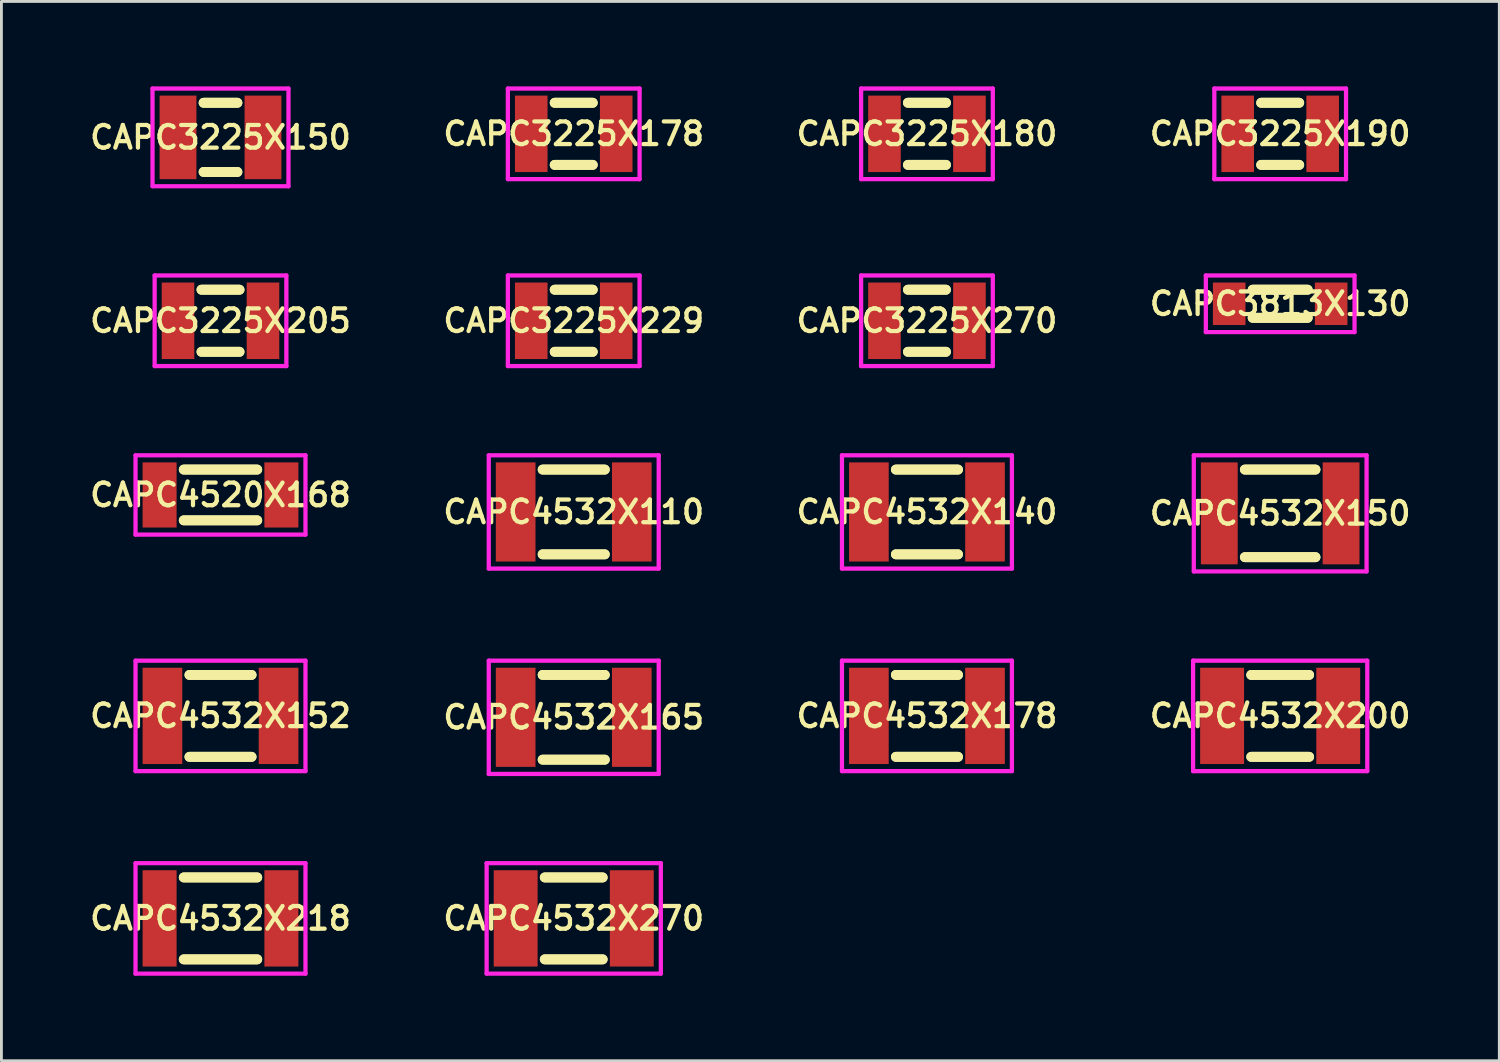
<source format=kicad_pcb>
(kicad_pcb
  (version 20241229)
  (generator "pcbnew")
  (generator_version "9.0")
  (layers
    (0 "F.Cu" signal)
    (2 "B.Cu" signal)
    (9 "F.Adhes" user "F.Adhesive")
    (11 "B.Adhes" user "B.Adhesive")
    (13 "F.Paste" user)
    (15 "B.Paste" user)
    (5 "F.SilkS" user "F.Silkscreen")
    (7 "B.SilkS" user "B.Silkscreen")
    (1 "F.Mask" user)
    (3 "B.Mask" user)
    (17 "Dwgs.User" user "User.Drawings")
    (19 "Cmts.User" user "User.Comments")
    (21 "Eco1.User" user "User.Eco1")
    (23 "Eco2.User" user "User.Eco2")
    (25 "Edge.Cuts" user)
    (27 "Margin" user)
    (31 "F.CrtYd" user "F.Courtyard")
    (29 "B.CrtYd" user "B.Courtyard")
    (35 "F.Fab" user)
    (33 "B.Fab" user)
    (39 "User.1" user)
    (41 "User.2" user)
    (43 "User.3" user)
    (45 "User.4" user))
  (footprint "CAPC4532X140"
    (layer "F.Cu")
    (at 29.677 15.025)
    (property "Reference" "CAPC4532X140" (at 0 0 0) (layer "F.SilkS") (effects (font (size 0.8 0.8) (thickness 0.15))))
    (attr smd)
    (fp_line (start -1.096 -1.496) (end 1.096 -1.496) (stroke (width 0.35) (type solid)) (layer "F.SilkS"))
    (fp_line (start -1.096 1.496) (end 1.096 1.496) (stroke (width 0.35) (type solid)) (layer "F.SilkS"))
    (fp_line (start 1.096 -1.496) (end -1.096 -1.496) (stroke (width 0.35) (type solid)) (layer "F.SilkS"))
    (fp_line (start 1.096 1.496) (end -1.096 1.496) (stroke (width 0.35) (type solid)) (layer "F.SilkS"))
    (fp_line (start -3 -2) (end 3 -2) (stroke (width 0.15) (type solid)) (layer "F.CrtYd"))
    (fp_line (start -3 2) (end -3 -2) (stroke (width 0.15) (type solid)) (layer "F.CrtYd"))
    (fp_line (start 3 -2) (end 3 2) (stroke (width 0.15) (type solid)) (layer "F.CrtYd"))
    (fp_line (start 3 2) (end -3 2) (stroke (width 0.15) (type solid)) (layer "F.CrtYd"))
    (pad "1" smd rect (at -2.05 0) (size 1.4 3.5) (layers "F.Cu" "F.Mask" "F.Paste"))
    (pad "2" smd rect (at 2.05 0) (size 1.4 3.5) (layers "F.Cu" "F.Mask" "F.Paste")))
  (footprint "CAPC4532X110"
    (layer "F.Cu")
    (at 17.206 15.025)
    (property "Reference" "CAPC4532X110" (at 0 0 0) (layer "F.SilkS") (effects (font (size 0.8 0.8) (thickness 0.15))))
    (attr smd)
    (fp_line (start -1.096 -1.496) (end 1.096 -1.496) (stroke (width 0.35) (type solid)) (layer "F.SilkS"))
    (fp_line (start -1.096 1.496) (end 1.096 1.496) (stroke (width 0.35) (type solid)) (layer "F.SilkS"))
    (fp_line (start 1.096 -1.496) (end -1.096 -1.496) (stroke (width 0.35) (type solid)) (layer "F.SilkS"))
    (fp_line (start 1.096 1.496) (end -1.096 1.496) (stroke (width 0.35) (type solid)) (layer "F.SilkS"))
    (fp_line (start -3 -2) (end 3 -2) (stroke (width 0.15) (type solid)) (layer "F.CrtYd"))
    (fp_line (start -3 2) (end -3 -2) (stroke (width 0.15) (type solid)) (layer "F.CrtYd"))
    (fp_line (start 3 -2) (end 3 2) (stroke (width 0.15) (type solid)) (layer "F.CrtYd"))
    (fp_line (start 3 2) (end -3 2) (stroke (width 0.15) (type solid)) (layer "F.CrtYd"))
    (pad "1" smd rect (at -2.05 0) (size 1.4 3.5) (layers "F.Cu" "F.Mask" "F.Paste"))
    (pad "2" smd rect (at 2.05 0) (size 1.4 3.5) (layers "F.Cu" "F.Mask" "F.Paste")))
  (footprint "CAPC3225X150"
    (layer "F.Cu")
    (at 4.735 1.8)
    (property "Reference" "CAPC3225X150" (at 0 0 0) (layer "F.SilkS") (effects (font (size 0.8 0.8) (thickness 0.15))))
    (attr smd)
    (fp_line (start -0.596 -1.221) (end 0.596 -1.221) (stroke (width 0.35) (type solid)) (layer "F.SilkS"))
    (fp_line (start -0.596 1.221) (end 0.596 1.221) (stroke (width 0.35) (type solid)) (layer "F.SilkS"))
    (fp_line (start 0.596 -1.221) (end -0.596 -1.221) (stroke (width 0.35) (type solid)) (layer "F.SilkS"))
    (fp_line (start 0.596 1.221) (end -0.596 1.221) (stroke (width 0.35) (type solid)) (layer "F.SilkS"))
    (fp_line (start -2.4 -1.725) (end 2.4 -1.725) (stroke (width 0.15) (type solid)) (layer "F.CrtYd"))
    (fp_line (start -2.4 1.725) (end -2.4 -1.725) (stroke (width 0.15) (type solid)) (layer "F.CrtYd"))
    (fp_line (start 2.4 -1.725) (end 2.4 1.725) (stroke (width 0.15) (type solid)) (layer "F.CrtYd"))
    (fp_line (start 2.4 1.725) (end -2.4 1.725) (stroke (width 0.15) (type solid)) (layer "F.CrtYd"))
    (pad "1" smd rect (at -1.5 0) (size 1.3 2.95) (layers "F.Cu" "F.Mask" "F.Paste"))
    (pad "2" smd rect (at 1.5 0) (size 1.3 2.95) (layers "F.Cu" "F.Mask" "F.Paste")))
  (footprint "CAPC3225X270"
    (layer "F.Cu")
    (at 29.677 8.275)
    (property "Reference" "CAPC3225X270" (at 0 0 0) (layer "F.SilkS") (effects (font (size 0.8 0.8) (thickness 0.15))))
    (attr smd)
    (fp_line (start -0.671 -1.096) (end 0.671 -1.096) (stroke (width 0.35) (type solid)) (layer "F.SilkS"))
    (fp_line (start -0.671 1.096) (end 0.671 1.096) (stroke (width 0.35) (type solid)) (layer "F.SilkS"))
    (fp_line (start 0.671 -1.096) (end -0.671 -1.096) (stroke (width 0.35) (type solid)) (layer "F.SilkS"))
    (fp_line (start 0.671 1.096) (end -0.671 1.096) (stroke (width 0.35) (type solid)) (layer "F.SilkS"))
    (fp_line (start -2.325 -1.6) (end 2.325 -1.6) (stroke (width 0.15) (type solid)) (layer "F.CrtYd"))
    (fp_line (start -2.325 1.6) (end -2.325 -1.6) (stroke (width 0.15) (type solid)) (layer "F.CrtYd"))
    (fp_line (start 2.325 -1.6) (end 2.325 1.6) (stroke (width 0.15) (type solid)) (layer "F.CrtYd"))
    (fp_line (start 2.325 1.6) (end -2.325 1.6) (stroke (width 0.15) (type solid)) (layer "F.CrtYd"))
    (pad "1" smd rect (at -1.5 0) (size 1.15 2.7) (layers "F.Cu" "F.Mask" "F.Paste"))
    (pad "2" smd rect (at 1.5 0) (size 1.15 2.7) (layers "F.Cu" "F.Mask" "F.Paste")))
  (footprint "CAPC3225X178"
    (layer "F.Cu")
    (at 17.206 1.675)
    (property "Reference" "CAPC3225X178" (at 0 0 0) (layer "F.SilkS") (effects (font (size 0.8 0.8) (thickness 0.15))))
    (attr smd)
    (fp_line (start -0.671 -1.096) (end 0.671 -1.096) (stroke (width 0.35) (type solid)) (layer "F.SilkS"))
    (fp_line (start -0.671 1.096) (end 0.671 1.096) (stroke (width 0.35) (type solid)) (layer "F.SilkS"))
    (fp_line (start 0.671 -1.096) (end -0.671 -1.096) (stroke (width 0.35) (type solid)) (layer "F.SilkS"))
    (fp_line (start 0.671 1.096) (end -0.671 1.096) (stroke (width 0.35) (type solid)) (layer "F.SilkS"))
    (fp_line (start -2.325 -1.6) (end 2.325 -1.6) (stroke (width 0.15) (type solid)) (layer "F.CrtYd"))
    (fp_line (start -2.325 1.6) (end -2.325 -1.6) (stroke (width 0.15) (type solid)) (layer "F.CrtYd"))
    (fp_line (start 2.325 -1.6) (end 2.325 1.6) (stroke (width 0.15) (type solid)) (layer "F.CrtYd"))
    (fp_line (start 2.325 1.6) (end -2.325 1.6) (stroke (width 0.15) (type solid)) (layer "F.CrtYd"))
    (pad "1" smd rect (at -1.5 0) (size 1.15 2.7) (layers "F.Cu" "F.Mask" "F.Paste"))
    (pad "2" smd rect (at 1.5 0) (size 1.15 2.7) (layers "F.Cu" "F.Mask" "F.Paste")))
  (footprint "CAPC3813X130"
    (layer "F.Cu")
    (at 42.148 7.675)
    (property "Reference" "CAPC3813X130" (at 0 0 0) (layer "F.SilkS") (effects (font (size 0.8 0.8) (thickness 0.15))))
    (attr smd)
    (fp_line (start -0.971 -0.496) (end 0.971 -0.496) (stroke (width 0.35) (type solid)) (layer "F.SilkS"))
    (fp_line (start -0.971 0.496) (end 0.971 0.496) (stroke (width 0.35) (type solid)) (layer "F.SilkS"))
    (fp_line (start 0.971 -0.496) (end -0.971 -0.496) (stroke (width 0.35) (type solid)) (layer "F.SilkS"))
    (fp_line (start 0.971 0.496) (end -0.971 0.496) (stroke (width 0.35) (type solid)) (layer "F.SilkS"))
    (fp_line (start -2.625 -1) (end 2.625 -1) (stroke (width 0.15) (type solid)) (layer "F.CrtYd"))
    (fp_line (start -2.625 1) (end -2.625 -1) (stroke (width 0.15) (type solid)) (layer "F.CrtYd"))
    (fp_line (start 2.625 -1) (end 2.625 1) (stroke (width 0.15) (type solid)) (layer "F.CrtYd"))
    (fp_line (start 2.625 1) (end -2.625 1) (stroke (width 0.15) (type solid)) (layer "F.CrtYd"))
    (pad "1" smd rect (at -1.8 0) (size 1.15 1.5) (layers "F.Cu" "F.Mask" "F.Paste"))
    (pad "2" smd rect (at 1.8 0) (size 1.15 1.5) (layers "F.Cu" "F.Mask" "F.Paste")))
  (footprint "CAPC4532X178"
    (layer "F.Cu")
    (at 29.677 22.225)
    (property "Reference" "CAPC4532X178" (at 0 0 0) (layer "F.SilkS") (effects (font (size 0.8 0.8) (thickness 0.15))))
    (attr smd)
    (fp_line (start -1.096 -1.446) (end 1.096 -1.446) (stroke (width 0.35) (type solid)) (layer "F.SilkS"))
    (fp_line (start -1.096 1.446) (end 1.096 1.446) (stroke (width 0.35) (type solid)) (layer "F.SilkS"))
    (fp_line (start 1.096 -1.446) (end -1.096 -1.446) (stroke (width 0.35) (type solid)) (layer "F.SilkS"))
    (fp_line (start 1.096 1.446) (end -1.096 1.446) (stroke (width 0.35) (type solid)) (layer "F.SilkS"))
    (fp_line (start -3 -1.95) (end 3 -1.95) (stroke (width 0.15) (type solid)) (layer "F.CrtYd"))
    (fp_line (start -3 1.95) (end -3 -1.95) (stroke (width 0.15) (type solid)) (layer "F.CrtYd"))
    (fp_line (start 3 -1.95) (end 3 1.95) (stroke (width 0.15) (type solid)) (layer "F.CrtYd"))
    (fp_line (start 3 1.95) (end -3 1.95) (stroke (width 0.15) (type solid)) (layer "F.CrtYd"))
    (pad "1" smd rect (at -2.05 0) (size 1.4 3.4) (layers "F.Cu" "F.Mask" "F.Paste"))
    (pad "2" smd rect (at 2.05 0) (size 1.4 3.4) (layers "F.Cu" "F.Mask" "F.Paste")))
  (footprint "CAPC3225X205"
    (layer "F.Cu")
    (at 4.735 8.275)
    (property "Reference" "CAPC3225X205" (at 0 0 0) (layer "F.SilkS") (effects (font (size 0.8 0.8) (thickness 0.15))))
    (attr through_hole)
    (fp_line (start -0.671 -1.096) (end 0.671 -1.096) (stroke (width 0.35) (type solid)) (layer "F.SilkS"))
    (fp_line (start -0.671 1.096) (end 0.671 1.096) (stroke (width 0.35) (type solid)) (layer "F.SilkS"))
    (fp_line (start 0.671 -1.096) (end -0.671 -1.096) (stroke (width 0.35) (type solid)) (layer "F.SilkS"))
    (fp_line (start 0.671 1.096) (end -0.671 1.096) (stroke (width 0.35) (type solid)) (layer "F.SilkS"))
    (fp_line (start -2.325 -1.6) (end 2.325 -1.6) (stroke (width 0.15) (type solid)) (layer "F.CrtYd"))
    (fp_line (start -2.325 1.6) (end -2.325 -1.6) (stroke (width 0.15) (type solid)) (layer "F.CrtYd"))
    (fp_line (start 2.325 -1.6) (end 2.325 1.6) (stroke (width 0.15) (type solid)) (layer "F.CrtYd"))
    (fp_line (start 2.325 1.6) (end -2.325 1.6) (stroke (width 0.15) (type solid)) (layer "F.CrtYd"))
    (pad "1" smd rect (at -1.5 0) (size 1.15 2.7) (layers "F.Cu" "F.Mask" "F.Paste"))
    (pad "2" smd rect (at 1.5 0) (size 1.15 2.7) (layers "F.Cu" "F.Mask" "F.Paste")))
  (footprint "CAPC4532X270"
    (layer "F.Cu")
    (at 17.206 29.375)
    (property "Reference" "CAPC4532X270" (at 0 0 0) (layer "F.SilkS") (effects (font (size 0.8 0.8) (thickness 0.15))))
    (attr smd)
    (fp_line (start -1.021 -1.446) (end 1.021 -1.446) (stroke (width 0.35) (type solid)) (layer "F.SilkS"))
    (fp_line (start -1.021 1.446) (end 1.021 1.446) (stroke (width 0.35) (type solid)) (layer "F.SilkS"))
    (fp_line (start 1.021 -1.446) (end -1.021 -1.446) (stroke (width 0.35) (type solid)) (layer "F.SilkS"))
    (fp_line (start 1.021 1.446) (end -1.021 1.446) (stroke (width 0.35) (type solid)) (layer "F.SilkS"))
    (fp_line (start -3.075 -1.95) (end 3.075 -1.95) (stroke (width 0.15) (type solid)) (layer "F.CrtYd"))
    (fp_line (start -3.075 1.95) (end -3.075 -1.95) (stroke (width 0.15) (type solid)) (layer "F.CrtYd"))
    (fp_line (start 3.075 -1.95) (end 3.075 1.95) (stroke (width 0.15) (type solid)) (layer "F.CrtYd"))
    (fp_line (start 3.075 1.95) (end -3.075 1.95) (stroke (width 0.15) (type solid)) (layer "F.CrtYd"))
    (pad "1" smd rect (at -2.05 0) (size 1.55 3.4) (layers "F.Cu" "F.Mask" "F.Paste"))
    (pad "2" smd rect (at 2.05 0) (size 1.55 3.4) (layers "F.Cu" "F.Mask" "F.Paste")))
  (footprint "CAPC4532X200"
    (layer "F.Cu")
    (at 42.148 22.225)
    (property "Reference" "CAPC4532X200" (at 0 0 0) (layer "F.SilkS") (effects (font (size 0.8 0.8) (thickness 0.15))))
    (attr through_hole)
    (fp_line (start -1.021 -1.446) (end 1.021 -1.446) (stroke (width 0.35) (type solid)) (layer "F.SilkS"))
    (fp_line (start -1.021 1.446) (end 1.021 1.446) (stroke (width 0.35) (type solid)) (layer "F.SilkS"))
    (fp_line (start 1.021 -1.446) (end -1.021 -1.446) (stroke (width 0.35) (type solid)) (layer "F.SilkS"))
    (fp_line (start 1.021 1.446) (end -1.021 1.446) (stroke (width 0.35) (type solid)) (layer "F.SilkS"))
    (fp_line (start -3.075 -1.95) (end 3.075 -1.95) (stroke (width 0.15) (type solid)) (layer "F.CrtYd"))
    (fp_line (start -3.075 1.95) (end -3.075 -1.95) (stroke (width 0.15) (type solid)) (layer "F.CrtYd"))
    (fp_line (start 3.075 -1.95) (end 3.075 1.95) (stroke (width 0.15) (type solid)) (layer "F.CrtYd"))
    (fp_line (start 3.075 1.95) (end -3.075 1.95) (stroke (width 0.15) (type solid)) (layer "F.CrtYd"))
    (pad "1" smd rect (at -2.05 0) (size 1.55 3.4) (layers "F.Cu" "F.Mask" "F.Paste"))
    (pad "2" smd rect (at 2.05 0) (size 1.55 3.4) (layers "F.Cu" "F.Mask" "F.Paste")))
  (footprint "CAPC4532X152"
    (layer "F.Cu")
    (at 4.735 22.225)
    (property "Reference" "CAPC4532X152" (at 0 0 0) (layer "F.SilkS") (effects (font (size 0.8 0.8) (thickness 0.15))))
    (attr through_hole)
    (fp_line (start -1.096 -1.446) (end 1.096 -1.446) (stroke (width 0.35) (type solid)) (layer "F.SilkS"))
    (fp_line (start -1.096 1.446) (end 1.096 1.446) (stroke (width 0.35) (type solid)) (layer "F.SilkS"))
    (fp_line (start 1.096 -1.446) (end -1.096 -1.446) (stroke (width 0.35) (type solid)) (layer "F.SilkS"))
    (fp_line (start 1.096 1.446) (end -1.096 1.446) (stroke (width 0.35) (type solid)) (layer "F.SilkS"))
    (fp_line (start -3 -1.95) (end 3 -1.95) (stroke (width 0.15) (type solid)) (layer "F.CrtYd"))
    (fp_line (start -3 1.95) (end -3 -1.95) (stroke (width 0.15) (type solid)) (layer "F.CrtYd"))
    (fp_line (start 3 -1.95) (end 3 1.95) (stroke (width 0.15) (type solid)) (layer "F.CrtYd"))
    (fp_line (start 3 1.95) (end -3 1.95) (stroke (width 0.15) (type solid)) (layer "F.CrtYd"))
    (pad "1" smd rect (at -2.05 0) (size 1.4 3.4) (layers "F.Cu" "F.Mask" "F.Paste"))
    (pad "2" smd rect (at 2.05 0) (size 1.4 3.4) (layers "F.Cu" "F.Mask" "F.Paste")))
  (footprint "CAPC3225X180"
    (layer "F.Cu")
    (at 29.677 1.675)
    (property "Reference" "CAPC3225X180" (at 0 0 0) (layer "F.SilkS") (effects (font (size 0.8 0.8) (thickness 0.15))))
    (attr smd)
    (fp_line (start -0.671 -1.096) (end 0.671 -1.096) (stroke (width 0.35) (type solid)) (layer "F.SilkS"))
    (fp_line (start -0.671 1.096) (end 0.671 1.096) (stroke (width 0.35) (type solid)) (layer "F.SilkS"))
    (fp_line (start 0.671 -1.096) (end -0.671 -1.096) (stroke (width 0.35) (type solid)) (layer "F.SilkS"))
    (fp_line (start 0.671 1.096) (end -0.671 1.096) (stroke (width 0.35) (type solid)) (layer "F.SilkS"))
    (fp_line (start -2.325 -1.6) (end 2.325 -1.6) (stroke (width 0.15) (type solid)) (layer "F.CrtYd"))
    (fp_line (start -2.325 1.6) (end -2.325 -1.6) (stroke (width 0.15) (type solid)) (layer "F.CrtYd"))
    (fp_line (start 2.325 -1.6) (end 2.325 1.6) (stroke (width 0.15) (type solid)) (layer "F.CrtYd"))
    (fp_line (start 2.325 1.6) (end -2.325 1.6) (stroke (width 0.15) (type solid)) (layer "F.CrtYd"))
    (pad "1" smd rect (at -1.5 0) (size 1.15 2.7) (layers "F.Cu" "F.Mask" "F.Paste"))
    (pad "2" smd rect (at 1.5 0) (size 1.15 2.7) (layers "F.Cu" "F.Mask" "F.Paste")))
  (footprint "CAPC4532X218"
    (layer "F.Cu")
    (at 4.735 29.375)
    (property "Reference" "CAPC4532X218" (at 0 0 0) (layer "F.SilkS") (effects (font (size 0.8 0.8) (thickness 0.15))))
    (attr through_hole)
    (fp_line (start -1.296 -1.446) (end 1.296 -1.446) (stroke (width 0.35) (type solid)) (layer "F.SilkS"))
    (fp_line (start -1.296 1.446) (end 1.296 1.446) (stroke (width 0.35) (type solid)) (layer "F.SilkS"))
    (fp_line (start 1.296 -1.446) (end -1.296 -1.446) (stroke (width 0.35) (type solid)) (layer "F.SilkS"))
    (fp_line (start 1.296 1.446) (end -1.296 1.446) (stroke (width 0.35) (type solid)) (layer "F.SilkS"))
    (fp_line (start -3 -1.95) (end 3 -1.95) (stroke (width 0.15) (type solid)) (layer "F.CrtYd"))
    (fp_line (start -3 1.95) (end -3 -1.95) (stroke (width 0.15) (type solid)) (layer "F.CrtYd"))
    (fp_line (start 3 -1.95) (end 3 1.95) (stroke (width 0.15) (type solid)) (layer "F.CrtYd"))
    (fp_line (start 3 1.95) (end -3 1.95) (stroke (width 0.15) (type solid)) (layer "F.CrtYd"))
    (pad "1" smd rect (at -2.15 0) (size 1.2 3.4) (layers "F.Cu" "F.Mask" "F.Paste"))
    (pad "2" smd rect (at 2.15 0) (size 1.2 3.4) (layers "F.Cu" "F.Mask" "F.Paste")))
  (footprint "CAPC3225X190"
    (layer "F.Cu")
    (at 42.148 1.675)
    (property "Reference" "CAPC3225X190" (at 0 0 0) (layer "F.SilkS") (effects (font (size 0.8 0.8) (thickness 0.15))))
    (attr smd)
    (fp_line (start -0.671 -1.096) (end 0.671 -1.096) (stroke (width 0.35) (type solid)) (layer "F.SilkS"))
    (fp_line (start -0.671 1.096) (end 0.671 1.096) (stroke (width 0.35) (type solid)) (layer "F.SilkS"))
    (fp_line (start 0.671 -1.096) (end -0.671 -1.096) (stroke (width 0.35) (type solid)) (layer "F.SilkS"))
    (fp_line (start 0.671 1.096) (end -0.671 1.096) (stroke (width 0.35) (type solid)) (layer "F.SilkS"))
    (fp_line (start -2.325 -1.6) (end 2.325 -1.6) (stroke (width 0.15) (type solid)) (layer "F.CrtYd"))
    (fp_line (start -2.325 1.6) (end -2.325 -1.6) (stroke (width 0.15) (type solid)) (layer "F.CrtYd"))
    (fp_line (start 2.325 -1.6) (end 2.325 1.6) (stroke (width 0.15) (type solid)) (layer "F.CrtYd"))
    (fp_line (start 2.325 1.6) (end -2.325 1.6) (stroke (width 0.15) (type solid)) (layer "F.CrtYd"))
    (pad "1" smd rect (at -1.5 0) (size 1.15 2.7) (layers "F.Cu" "F.Mask" "F.Paste"))
    (pad "2" smd rect (at 1.5 0) (size 1.15 2.7) (layers "F.Cu" "F.Mask" "F.Paste")))
  (footprint "CAPC4520X168"
    (layer "F.Cu")
    (at 4.735 14.425)
    (property "Reference" "CAPC4520X168" (at 0 0 0) (layer "F.SilkS") (effects (font (size 0.8 0.8) (thickness 0.15))))
    (attr smd)
    (fp_line (start -1.296 -0.896) (end 1.296 -0.896) (stroke (width 0.35) (type solid)) (layer "F.SilkS"))
    (fp_line (start -1.296 0.896) (end 1.296 0.896) (stroke (width 0.35) (type solid)) (layer "F.SilkS"))
    (fp_line (start 1.296 -0.896) (end -1.296 -0.896) (stroke (width 0.35) (type solid)) (layer "F.SilkS"))
    (fp_line (start 1.296 0.896) (end -1.296 0.896) (stroke (width 0.35) (type solid)) (layer "F.SilkS"))
    (fp_line (start -3 -1.4) (end 3 -1.4) (stroke (width 0.15) (type solid)) (layer "F.CrtYd"))
    (fp_line (start -3 1.4) (end -3 -1.4) (stroke (width 0.15) (type solid)) (layer "F.CrtYd"))
    (fp_line (start 3 -1.4) (end 3 1.4) (stroke (width 0.15) (type solid)) (layer "F.CrtYd"))
    (fp_line (start 3 1.4) (end -3 1.4) (stroke (width 0.15) (type solid)) (layer "F.CrtYd"))
    (pad "1" smd rect (at -2.15 0) (size 1.2 2.3) (layers "F.Cu" "F.Mask" "F.Paste"))
    (pad "2" smd rect (at 2.15 0) (size 1.2 2.3) (layers "F.Cu" "F.Mask" "F.Paste")))
  (footprint "CAPC4532X165"
    (layer "F.Cu")
    (at 17.206 22.275)
    (property "Reference" "CAPC4532X165" (at 0 0 0) (layer "F.SilkS") (effects (font (size 0.8 0.8) (thickness 0.15))))
    (attr smd)
    (fp_line (start -1.096 -1.496) (end 1.096 -1.496) (stroke (width 0.35) (type solid)) (layer "F.SilkS"))
    (fp_line (start -1.096 1.496) (end 1.096 1.496) (stroke (width 0.35) (type solid)) (layer "F.SilkS"))
    (fp_line (start 1.096 -1.496) (end -1.096 -1.496) (stroke (width 0.35) (type solid)) (layer "F.SilkS"))
    (fp_line (start 1.096 1.496) (end -1.096 1.496) (stroke (width 0.35) (type solid)) (layer "F.SilkS"))
    (fp_line (start -3 -2) (end 3 -2) (stroke (width 0.15) (type solid)) (layer "F.CrtYd"))
    (fp_line (start -3 2) (end -3 -2) (stroke (width 0.15) (type solid)) (layer "F.CrtYd"))
    (fp_line (start 3 -2) (end 3 2) (stroke (width 0.15) (type solid)) (layer "F.CrtYd"))
    (fp_line (start 3 2) (end -3 2) (stroke (width 0.15) (type solid)) (layer "F.CrtYd"))
    (pad "1" smd rect (at -2.05 0) (size 1.4 3.5) (layers "F.Cu" "F.Mask" "F.Paste"))
    (pad "2" smd rect (at 2.05 0) (size 1.4 3.5) (layers "F.Cu" "F.Mask" "F.Paste")))
  (footprint "CAPC4532X150"
    (layer "F.Cu")
    (at 42.148 15.075)
    (property "Reference" "CAPC4532X150" (at 0 0 0) (layer "F.SilkS") (effects (font (size 0.8 0.8) (thickness 0.15))))
    (attr smd)
    (fp_line (start -1.246 -1.546) (end 1.246 -1.546) (stroke (width 0.35) (type solid)) (layer "F.SilkS"))
    (fp_line (start -1.246 1.546) (end 1.246 1.546) (stroke (width 0.35) (type solid)) (layer "F.SilkS"))
    (fp_line (start 1.246 -1.546) (end -1.246 -1.546) (stroke (width 0.35) (type solid)) (layer "F.SilkS"))
    (fp_line (start 1.246 1.546) (end -1.246 1.546) (stroke (width 0.35) (type solid)) (layer "F.SilkS"))
    (fp_line (start -3.05 -2.05) (end 3.05 -2.05) (stroke (width 0.15) (type solid)) (layer "F.CrtYd"))
    (fp_line (start -3.05 2.05) (end -3.05 -2.05) (stroke (width 0.15) (type solid)) (layer "F.CrtYd"))
    (fp_line (start 3.05 -2.05) (end 3.05 2.05) (stroke (width 0.15) (type solid)) (layer "F.CrtYd"))
    (fp_line (start 3.05 2.05) (end -3.05 2.05) (stroke (width 0.15) (type solid)) (layer "F.CrtYd"))
    (pad "1" smd rect (at -2.15 0) (size 1.3 3.6) (layers "F.Cu" "F.Mask" "F.Paste"))
    (pad "2" smd rect (at 2.15 0) (size 1.3 3.6) (layers "F.Cu" "F.Mask" "F.Paste")))
  (footprint "CAPC3225X229"
    (layer "F.Cu")
    (at 17.206 8.275)
    (property "Reference" "CAPC3225X229" (at 0 0 0) (layer "F.SilkS") (effects (font (size 0.8 0.8) (thickness 0.15))))
    (attr smd)
    (fp_line (start -0.671 -1.096) (end 0.671 -1.096) (stroke (width 0.35) (type solid)) (layer "F.SilkS"))
    (fp_line (start -0.671 1.096) (end 0.671 1.096) (stroke (width 0.35) (type solid)) (layer "F.SilkS"))
    (fp_line (start 0.671 -1.096) (end -0.671 -1.096) (stroke (width 0.35) (type solid)) (layer "F.SilkS"))
    (fp_line (start 0.671 1.096) (end -0.671 1.096) (stroke (width 0.35) (type solid)) (layer "F.SilkS"))
    (fp_line (start -2.325 -1.6) (end 2.325 -1.6) (stroke (width 0.15) (type solid)) (layer "F.CrtYd"))
    (fp_line (start -2.325 1.6) (end -2.325 -1.6) (stroke (width 0.15) (type solid)) (layer "F.CrtYd"))
    (fp_line (start 2.325 -1.6) (end 2.325 1.6) (stroke (width 0.15) (type solid)) (layer "F.CrtYd"))
    (fp_line (start 2.325 1.6) (end -2.325 1.6) (stroke (width 0.15) (type solid)) (layer "F.CrtYd"))
    (pad "1" smd rect (at -1.5 0) (size 1.15 2.7) (layers "F.Cu" "F.Mask" "F.Paste"))
    (pad "2" smd rect (at 1.5 0) (size 1.15 2.7) (layers "F.Cu" "F.Mask" "F.Paste")))
  (gr_rect
    (start -3 -3)
    (end 49.884 34.4)
    (stroke (width 0.1) (type default))
    (fill no)
    (layer "Edge.Cuts")))
</source>
